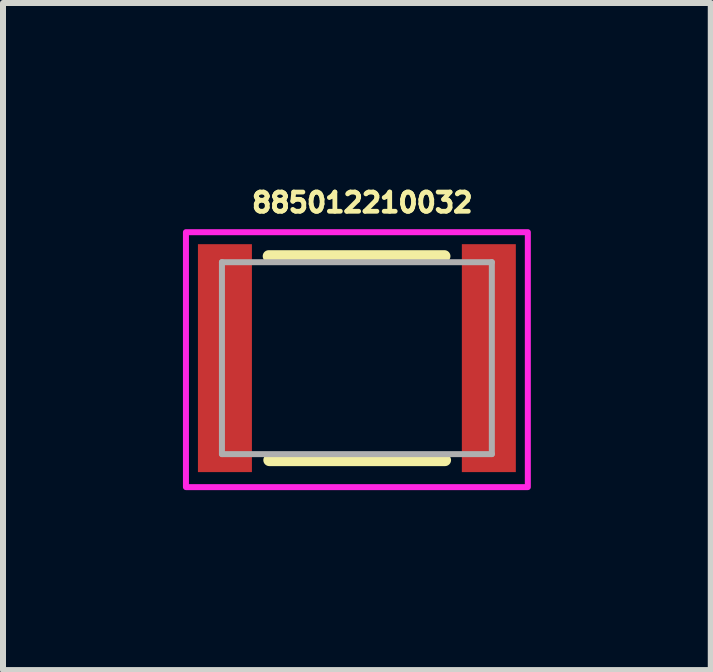
<source format=kicad_pcb>
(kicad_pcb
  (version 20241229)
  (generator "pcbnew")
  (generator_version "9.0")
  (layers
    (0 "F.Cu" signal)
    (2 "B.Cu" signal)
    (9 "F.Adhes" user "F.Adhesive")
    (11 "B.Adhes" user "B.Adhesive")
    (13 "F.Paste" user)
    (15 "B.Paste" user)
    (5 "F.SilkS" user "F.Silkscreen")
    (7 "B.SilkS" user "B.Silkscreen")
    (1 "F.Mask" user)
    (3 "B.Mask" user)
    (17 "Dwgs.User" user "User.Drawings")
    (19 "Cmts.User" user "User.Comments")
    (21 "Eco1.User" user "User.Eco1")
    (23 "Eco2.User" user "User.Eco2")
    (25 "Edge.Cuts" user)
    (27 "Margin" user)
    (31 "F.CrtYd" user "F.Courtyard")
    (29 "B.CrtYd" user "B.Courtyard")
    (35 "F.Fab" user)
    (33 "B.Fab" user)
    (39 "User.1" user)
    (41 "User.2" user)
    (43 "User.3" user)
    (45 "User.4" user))
  (footprint "885012210032"
    (layer "F.Cu")
    (at 2.9 2.921)
    (property "Reference" "885012210032" (at 0.09 -2.593 0) (layer "F.SilkS") (effects (font (size 0.32 0.32) (thickness 0.08))))
    (attr smd)
    (fp_line (start -1.47 -1.7) (end 1.46 -1.7) (stroke (width 0.2) (type solid)) (layer "F.SilkS"))
    (fp_line (start 1.47 1.7) (end -1.46 1.7) (stroke (width 0.2) (type solid)) (layer "F.SilkS"))
    (fp_poly (pts (xy -2.85 -2.1) (xy 2.85 -2.1) (xy 2.85 2.15) (xy -2.85 2.15)) (stroke (width 0.1) (type solid)) (fill no) (layer "F.CrtYd"))
    (fp_line (start -2.25 -1.6) (end -2.25 1.6) (stroke (width 0.1) (type solid)) (layer "F.Fab"))
    (fp_line (start -2.25 -1.6) (end 2.25 -1.6) (stroke (width 0.1) (type solid)) (layer "F.Fab"))
    (fp_line (start -2.25 1.6) (end 2.25 1.6) (stroke (width 0.1) (type solid)) (layer "F.Fab"))
    (fp_line (start 2.25 1.6) (end 2.25 -1.6) (stroke (width 0.1) (type solid)) (layer "F.Fab"))
    (pad "1" smd rect (at -2.2 0) (size 0.9 3.8) (layers "F.Cu" "F.Mask" "F.Paste"))
    (pad "2" smd rect (at 2.2 0) (size 0.9 3.8) (layers "F.Cu" "F.Mask" "F.Paste")))
  (gr_rect
    (start -3 -3)
    (end 8.8 8.121)
    (stroke (width 0.1) (type default))
    (fill no)
    (layer "Edge.Cuts")))
</source>
